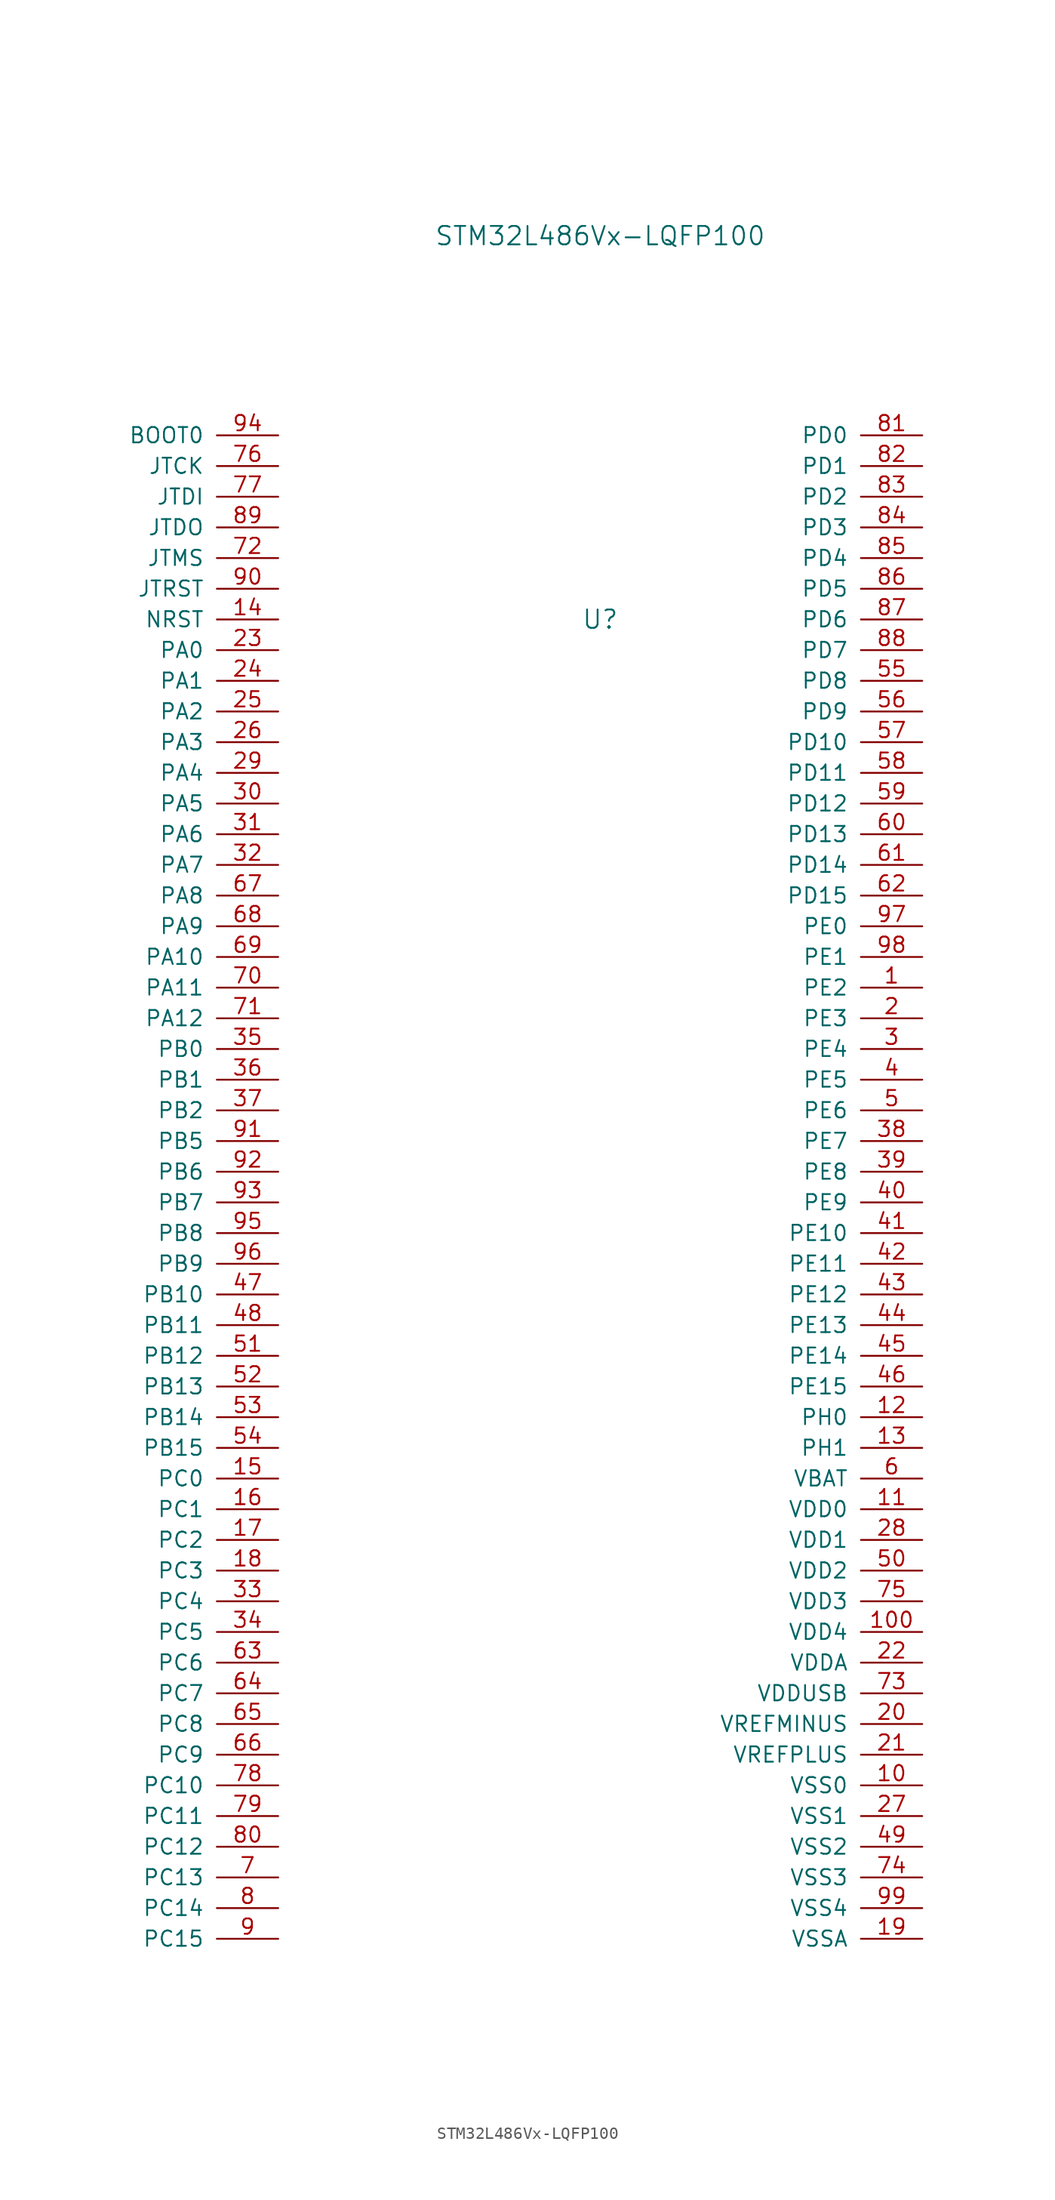
<source format=kicad_sym>
(kicad_symbol_lib
  (version 20231120)
  (generator "kicad_symbol_editor")
  (generator_version "8.0")
  (symbol "STM32L486Vx-LQFP100"
    (pin_names
      (offset 1.016))
    (property "Reference" "U"
      (at 0 -15.24 0)
      (effects (font (size 1.524 1.524))))
    (property "Value" "STM32L486Vx-LQFP100"
      (at 0 16.51 0)
      (effects (font (size 1.524 1.524))))
    (property "Footprint" ""
      (at 0 0 0)
      (effects (font (size 1.524 1.524))))
    (property "Datasheet" ""
      (at 0 0 0)
      (effects (font (size 1.524 1.524))))
    (symbol "STM32L486Vx-LQFP100_1_1"
      (pin input line (at 26.67 -45.72 180) (length 5.08) (name "PE2" (effects (font (size 1.27 1.27)))) (number "1" (effects (font (size 1.27 1.27)))))
      (pin input line (at 26.67 -111.76 180) (length 5.08) (name "VSS0" (effects (font (size 1.27 1.27)))) (number "10" (effects (font (size 1.27 1.27)))))
      (pin input line (at 26.67 -99.06 180) (length 5.08) (name "VDD4" (effects (font (size 1.27 1.27)))) (number "100" (effects (font (size 1.27 1.27)))))
      (pin input line (at 26.67 -88.9 180) (length 5.08) (name "VDD0" (effects (font (size 1.27 1.27)))) (number "11" (effects (font (size 1.27 1.27)))))
      (pin input line (at 26.67 -81.28 180) (length 5.08) (name "PH0" (effects (font (size 1.27 1.27)))) (number "12" (effects (font (size 1.27 1.27)))))
      (pin input line (at 26.67 -83.82 180) (length 5.08) (name "PH1" (effects (font (size 1.27 1.27)))) (number "13" (effects (font (size 1.27 1.27)))))
      (pin input line (at -26.67 -15.24 180) (length 5.08) (name "NRST" (effects (font (size 1.27 1.27)))) (number "14" (effects (font (size 1.27 1.27)))))
      (pin input line (at -26.67 -86.36 180) (length 5.08) (name "PC0" (effects (font (size 1.27 1.27)))) (number "15" (effects (font (size 1.27 1.27)))))
      (pin input line (at -26.67 -88.9 180) (length 5.08) (name "PC1" (effects (font (size 1.27 1.27)))) (number "16" (effects (font (size 1.27 1.27)))))
      (pin input line (at -26.67 -91.44 180) (length 5.08) (name "PC2" (effects (font (size 1.27 1.27)))) (number "17" (effects (font (size 1.27 1.27)))))
      (pin input line (at -26.67 -93.98 180) (length 5.08) (name "PC3" (effects (font (size 1.27 1.27)))) (number "18" (effects (font (size 1.27 1.27)))))
      (pin input line (at 26.67 -124.46 180) (length 5.08) (name "VSSA" (effects (font (size 1.27 1.27)))) (number "19" (effects (font (size 1.27 1.27)))))
      (pin input line (at 26.67 -48.26 180) (length 5.08) (name "PE3" (effects (font (size 1.27 1.27)))) (number "2" (effects (font (size 1.27 1.27)))))
      (pin input line (at 26.67 -106.68 180) (length 5.08) (name "VREFMINUS" (effects (font (size 1.27 1.27)))) (number "20" (effects (font (size 1.27 1.27)))))
      (pin input line (at 26.67 -109.22 180) (length 5.08) (name "VREFPLUS" (effects (font (size 1.27 1.27)))) (number "21" (effects (font (size 1.27 1.27)))))
      (pin input line (at 26.67 -101.6 180) (length 5.08) (name "VDDA" (effects (font (size 1.27 1.27)))) (number "22" (effects (font (size 1.27 1.27)))))
      (pin input line (at -26.67 -17.78 180) (length 5.08) (name "PA0" (effects (font (size 1.27 1.27)))) (number "23" (effects (font (size 1.27 1.27)))))
      (pin input line (at -26.67 -20.32 180) (length 5.08) (name "PA1" (effects (font (size 1.27 1.27)))) (number "24" (effects (font (size 1.27 1.27)))))
      (pin input line (at -26.67 -22.86 180) (length 5.08) (name "PA2" (effects (font (size 1.27 1.27)))) (number "25" (effects (font (size 1.27 1.27)))))
      (pin input line (at -26.67 -25.4 180) (length 5.08) (name "PA3" (effects (font (size 1.27 1.27)))) (number "26" (effects (font (size 1.27 1.27)))))
      (pin input line (at 26.67 -114.3 180) (length 5.08) (name "VSS1" (effects (font (size 1.27 1.27)))) (number "27" (effects (font (size 1.27 1.27)))))
      (pin input line (at 26.67 -91.44 180) (length 5.08) (name "VDD1" (effects (font (size 1.27 1.27)))) (number "28" (effects (font (size 1.27 1.27)))))
      (pin input line (at -26.67 -27.94 180) (length 5.08) (name "PA4" (effects (font (size 1.27 1.27)))) (number "29" (effects (font (size 1.27 1.27)))))
      (pin input line (at 26.67 -50.8 180) (length 5.08) (name "PE4" (effects (font (size 1.27 1.27)))) (number "3" (effects (font (size 1.27 1.27)))))
      (pin input line (at -26.67 -30.48 180) (length 5.08) (name "PA5" (effects (font (size 1.27 1.27)))) (number "30" (effects (font (size 1.27 1.27)))))
      (pin input line (at -26.67 -33.02 180) (length 5.08) (name "PA6" (effects (font (size 1.27 1.27)))) (number "31" (effects (font (size 1.27 1.27)))))
      (pin input line (at -26.67 -35.56 180) (length 5.08) (name "PA7" (effects (font (size 1.27 1.27)))) (number "32" (effects (font (size 1.27 1.27)))))
      (pin input line (at -26.67 -96.52 180) (length 5.08) (name "PC4" (effects (font (size 1.27 1.27)))) (number "33" (effects (font (size 1.27 1.27)))))
      (pin input line (at -26.67 -99.06 180) (length 5.08) (name "PC5" (effects (font (size 1.27 1.27)))) (number "34" (effects (font (size 1.27 1.27)))))
      (pin input line (at -26.67 -50.8 180) (length 5.08) (name "PB0" (effects (font (size 1.27 1.27)))) (number "35" (effects (font (size 1.27 1.27)))))
      (pin input line (at -26.67 -53.34 180) (length 5.08) (name "PB1" (effects (font (size 1.27 1.27)))) (number "36" (effects (font (size 1.27 1.27)))))
      (pin input line (at -26.67 -55.88 180) (length 5.08) (name "PB2" (effects (font (size 1.27 1.27)))) (number "37" (effects (font (size 1.27 1.27)))))
      (pin input line (at 26.67 -58.42 180) (length 5.08) (name "PE7" (effects (font (size 1.27 1.27)))) (number "38" (effects (font (size 1.27 1.27)))))
      (pin input line (at 26.67 -60.96 180) (length 5.08) (name "PE8" (effects (font (size 1.27 1.27)))) (number "39" (effects (font (size 1.27 1.27)))))
      (pin input line (at 26.67 -53.34 180) (length 5.08) (name "PE5" (effects (font (size 1.27 1.27)))) (number "4" (effects (font (size 1.27 1.27)))))
      (pin input line (at 26.67 -63.5 180) (length 5.08) (name "PE9" (effects (font (size 1.27 1.27)))) (number "40" (effects (font (size 1.27 1.27)))))
      (pin input line (at 26.67 -66.04 180) (length 5.08) (name "PE10" (effects (font (size 1.27 1.27)))) (number "41" (effects (font (size 1.27 1.27)))))
      (pin input line (at 26.67 -68.58 180) (length 5.08) (name "PE11" (effects (font (size 1.27 1.27)))) (number "42" (effects (font (size 1.27 1.27)))))
      (pin input line (at 26.67 -71.12 180) (length 5.08) (name "PE12" (effects (font (size 1.27 1.27)))) (number "43" (effects (font (size 1.27 1.27)))))
      (pin input line (at 26.67 -73.66 180) (length 5.08) (name "PE13" (effects (font (size 1.27 1.27)))) (number "44" (effects (font (size 1.27 1.27)))))
      (pin input line (at 26.67 -76.2 180) (length 5.08) (name "PE14" (effects (font (size 1.27 1.27)))) (number "45" (effects (font (size 1.27 1.27)))))
      (pin input line (at 26.67 -78.74 180) (length 5.08) (name "PE15" (effects (font (size 1.27 1.27)))) (number "46" (effects (font (size 1.27 1.27)))))
      (pin input line (at -26.67 -71.12 180) (length 5.08) (name "PB10" (effects (font (size 1.27 1.27)))) (number "47" (effects (font (size 1.27 1.27)))))
      (pin input line (at -26.67 -73.66 180) (length 5.08) (name "PB11" (effects (font (size 1.27 1.27)))) (number "48" (effects (font (size 1.27 1.27)))))
      (pin input line (at 26.67 -116.84 180) (length 5.08) (name "VSS2" (effects (font (size 1.27 1.27)))) (number "49" (effects (font (size 1.27 1.27)))))
      (pin input line (at 26.67 -55.88 180) (length 5.08) (name "PE6" (effects (font (size 1.27 1.27)))) (number "5" (effects (font (size 1.27 1.27)))))
      (pin input line (at 26.67 -93.98 180) (length 5.08) (name "VDD2" (effects (font (size 1.27 1.27)))) (number "50" (effects (font (size 1.27 1.27)))))
      (pin input line (at -26.67 -76.2 180) (length 5.08) (name "PB12" (effects (font (size 1.27 1.27)))) (number "51" (effects (font (size 1.27 1.27)))))
      (pin input line (at -26.67 -78.74 180) (length 5.08) (name "PB13" (effects (font (size 1.27 1.27)))) (number "52" (effects (font (size 1.27 1.27)))))
      (pin input line (at -26.67 -81.28 180) (length 5.08) (name "PB14" (effects (font (size 1.27 1.27)))) (number "53" (effects (font (size 1.27 1.27)))))
      (pin input line (at -26.67 -83.82 180) (length 5.08) (name "PB15" (effects (font (size 1.27 1.27)))) (number "54" (effects (font (size 1.27 1.27)))))
      (pin input line (at 26.67 -20.32 180) (length 5.08) (name "PD8" (effects (font (size 1.27 1.27)))) (number "55" (effects (font (size 1.27 1.27)))))
      (pin input line (at 26.67 -22.86 180) (length 5.08) (name "PD9" (effects (font (size 1.27 1.27)))) (number "56" (effects (font (size 1.27 1.27)))))
      (pin input line (at 26.67 -25.4 180) (length 5.08) (name "PD10" (effects (font (size 1.27 1.27)))) (number "57" (effects (font (size 1.27 1.27)))))
      (pin input line (at 26.67 -27.94 180) (length 5.08) (name "PD11" (effects (font (size 1.27 1.27)))) (number "58" (effects (font (size 1.27 1.27)))))
      (pin input line (at 26.67 -30.48 180) (length 5.08) (name "PD12" (effects (font (size 1.27 1.27)))) (number "59" (effects (font (size 1.27 1.27)))))
      (pin input line (at 26.67 -86.36 180) (length 5.08) (name "VBAT" (effects (font (size 1.27 1.27)))) (number "6" (effects (font (size 1.27 1.27)))))
      (pin input line (at 26.67 -33.02 180) (length 5.08) (name "PD13" (effects (font (size 1.27 1.27)))) (number "60" (effects (font (size 1.27 1.27)))))
      (pin input line (at 26.67 -35.56 180) (length 5.08) (name "PD14" (effects (font (size 1.27 1.27)))) (number "61" (effects (font (size 1.27 1.27)))))
      (pin input line (at 26.67 -38.1 180) (length 5.08) (name "PD15" (effects (font (size 1.27 1.27)))) (number "62" (effects (font (size 1.27 1.27)))))
      (pin input line (at -26.67 -101.6 180) (length 5.08) (name "PC6" (effects (font (size 1.27 1.27)))) (number "63" (effects (font (size 1.27 1.27)))))
      (pin input line (at -26.67 -104.14 180) (length 5.08) (name "PC7" (effects (font (size 1.27 1.27)))) (number "64" (effects (font (size 1.27 1.27)))))
      (pin input line (at -26.67 -106.68 180) (length 5.08) (name "PC8" (effects (font (size 1.27 1.27)))) (number "65" (effects (font (size 1.27 1.27)))))
      (pin input line (at -26.67 -109.22 180) (length 5.08) (name "PC9" (effects (font (size 1.27 1.27)))) (number "66" (effects (font (size 1.27 1.27)))))
      (pin input line (at -26.67 -38.1 180) (length 5.08) (name "PA8" (effects (font (size 1.27 1.27)))) (number "67" (effects (font (size 1.27 1.27)))))
      (pin input line (at -26.67 -40.64 180) (length 5.08) (name "PA9" (effects (font (size 1.27 1.27)))) (number "68" (effects (font (size 1.27 1.27)))))
      (pin input line (at -26.67 -43.18 180) (length 5.08) (name "PA10" (effects (font (size 1.27 1.27)))) (number "69" (effects (font (size 1.27 1.27)))))
      (pin input line (at -26.67 -119.38 180) (length 5.08) (name "PC13" (effects (font (size 1.27 1.27)))) (number "7" (effects (font (size 1.27 1.27)))))
      (pin input line (at -26.67 -45.72 180) (length 5.08) (name "PA11" (effects (font (size 1.27 1.27)))) (number "70" (effects (font (size 1.27 1.27)))))
      (pin input line (at -26.67 -48.26 180) (length 5.08) (name "PA12" (effects (font (size 1.27 1.27)))) (number "71" (effects (font (size 1.27 1.27)))))
      (pin input line (at -26.67 -10.16 180) (length 5.08) (name "JTMS" (effects (font (size 1.27 1.27)))) (number "72" (effects (font (size 1.27 1.27)))))
      (pin input line (at 26.67 -104.14 180) (length 5.08) (name "VDDUSB" (effects (font (size 1.27 1.27)))) (number "73" (effects (font (size 1.27 1.27)))))
      (pin input line (at 26.67 -119.38 180) (length 5.08) (name "VSS3" (effects (font (size 1.27 1.27)))) (number "74" (effects (font (size 1.27 1.27)))))
      (pin input line (at 26.67 -96.52 180) (length 5.08) (name "VDD3" (effects (font (size 1.27 1.27)))) (number "75" (effects (font (size 1.27 1.27)))))
      (pin input line (at -26.67 -2.54 180) (length 5.08) (name "JTCK" (effects (font (size 1.27 1.27)))) (number "76" (effects (font (size 1.27 1.27)))))
      (pin input line (at -26.67 -5.08 180) (length 5.08) (name "JTDI" (effects (font (size 1.27 1.27)))) (number "77" (effects (font (size 1.27 1.27)))))
      (pin input line (at -26.67 -111.76 180) (length 5.08) (name "PC10" (effects (font (size 1.27 1.27)))) (number "78" (effects (font (size 1.27 1.27)))))
      (pin input line (at -26.67 -114.3 180) (length 5.08) (name "PC11" (effects (font (size 1.27 1.27)))) (number "79" (effects (font (size 1.27 1.27)))))
      (pin input line (at -26.67 -121.92 180) (length 5.08) (name "PC14" (effects (font (size 1.27 1.27)))) (number "8" (effects (font (size 1.27 1.27)))))
      (pin input line (at -26.67 -116.84 180) (length 5.08) (name "PC12" (effects (font (size 1.27 1.27)))) (number "80" (effects (font (size 1.27 1.27)))))
      (pin input line (at 26.67 0 180) (length 5.08) (name "PD0" (effects (font (size 1.27 1.27)))) (number "81" (effects (font (size 1.27 1.27)))))
      (pin input line (at 26.67 -2.54 180) (length 5.08) (name "PD1" (effects (font (size 1.27 1.27)))) (number "82" (effects (font (size 1.27 1.27)))))
      (pin input line (at 26.67 -5.08 180) (length 5.08) (name "PD2" (effects (font (size 1.27 1.27)))) (number "83" (effects (font (size 1.27 1.27)))))
      (pin input line (at 26.67 -7.62 180) (length 5.08) (name "PD3" (effects (font (size 1.27 1.27)))) (number "84" (effects (font (size 1.27 1.27)))))
      (pin input line (at 26.67 -10.16 180) (length 5.08) (name "PD4" (effects (font (size 1.27 1.27)))) (number "85" (effects (font (size 1.27 1.27)))))
      (pin input line (at 26.67 -12.7 180) (length 5.08) (name "PD5" (effects (font (size 1.27 1.27)))) (number "86" (effects (font (size 1.27 1.27)))))
      (pin input line (at 26.67 -15.24 180) (length 5.08) (name "PD6" (effects (font (size 1.27 1.27)))) (number "87" (effects (font (size 1.27 1.27)))))
      (pin input line (at 26.67 -17.78 180) (length 5.08) (name "PD7" (effects (font (size 1.27 1.27)))) (number "88" (effects (font (size 1.27 1.27)))))
      (pin input line (at -26.67 -7.62 180) (length 5.08) (name "JTDO" (effects (font (size 1.27 1.27)))) (number "89" (effects (font (size 1.27 1.27)))))
      (pin input line (at -26.67 -124.46 180) (length 5.08) (name "PC15" (effects (font (size 1.27 1.27)))) (number "9" (effects (font (size 1.27 1.27)))))
      (pin input line (at -26.67 -12.7 180) (length 5.08) (name "JTRST" (effects (font (size 1.27 1.27)))) (number "90" (effects (font (size 1.27 1.27)))))
      (pin input line (at -26.67 -58.42 180) (length 5.08) (name "PB5" (effects (font (size 1.27 1.27)))) (number "91" (effects (font (size 1.27 1.27)))))
      (pin input line (at -26.67 -60.96 180) (length 5.08) (name "PB6" (effects (font (size 1.27 1.27)))) (number "92" (effects (font (size 1.27 1.27)))))
      (pin input line (at -26.67 -63.5 180) (length 5.08) (name "PB7" (effects (font (size 1.27 1.27)))) (number "93" (effects (font (size 1.27 1.27)))))
      (pin input line (at -26.67 0 180) (length 5.08) (name "BOOT0" (effects (font (size 1.27 1.27)))) (number "94" (effects (font (size 1.27 1.27)))))
      (pin input line (at -26.67 -66.04 180) (length 5.08) (name "PB8" (effects (font (size 1.27 1.27)))) (number "95" (effects (font (size 1.27 1.27)))))
      (pin input line (at -26.67 -68.58 180) (length 5.08) (name "PB9" (effects (font (size 1.27 1.27)))) (number "96" (effects (font (size 1.27 1.27)))))
      (pin input line (at 26.67 -40.64 180) (length 5.08) (name "PE0" (effects (font (size 1.27 1.27)))) (number "97" (effects (font (size 1.27 1.27)))))
      (pin input line (at 26.67 -43.18 180) (length 5.08) (name "PE1" (effects (font (size 1.27 1.27)))) (number "98" (effects (font (size 1.27 1.27)))))
      (pin input line (at 26.67 -121.92 180) (length 5.08) (name "VSS4" (effects (font (size 1.27 1.27)))) (number "99" (effects (font (size 1.27 1.27))))))))
</source>
